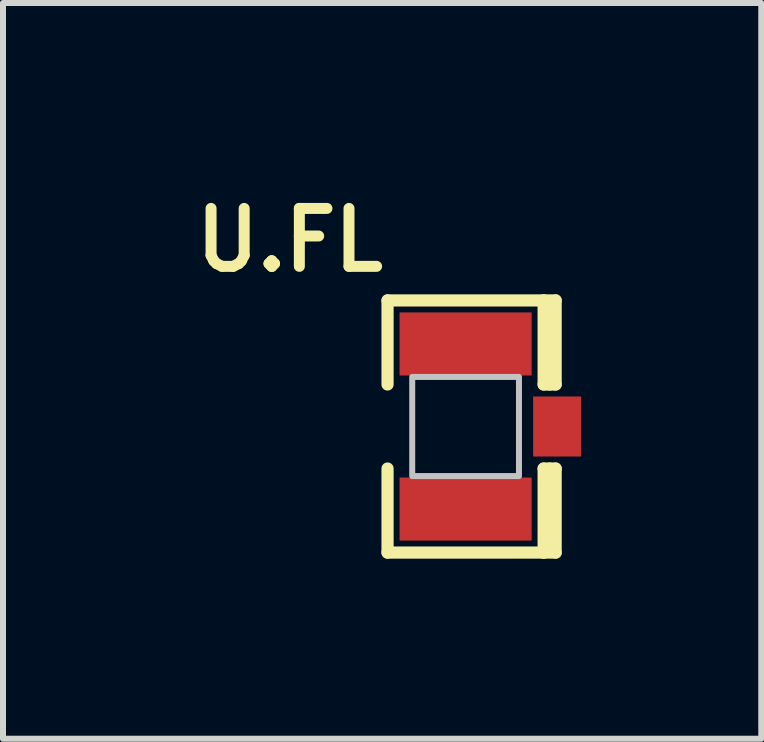
<source format=kicad_pcb>
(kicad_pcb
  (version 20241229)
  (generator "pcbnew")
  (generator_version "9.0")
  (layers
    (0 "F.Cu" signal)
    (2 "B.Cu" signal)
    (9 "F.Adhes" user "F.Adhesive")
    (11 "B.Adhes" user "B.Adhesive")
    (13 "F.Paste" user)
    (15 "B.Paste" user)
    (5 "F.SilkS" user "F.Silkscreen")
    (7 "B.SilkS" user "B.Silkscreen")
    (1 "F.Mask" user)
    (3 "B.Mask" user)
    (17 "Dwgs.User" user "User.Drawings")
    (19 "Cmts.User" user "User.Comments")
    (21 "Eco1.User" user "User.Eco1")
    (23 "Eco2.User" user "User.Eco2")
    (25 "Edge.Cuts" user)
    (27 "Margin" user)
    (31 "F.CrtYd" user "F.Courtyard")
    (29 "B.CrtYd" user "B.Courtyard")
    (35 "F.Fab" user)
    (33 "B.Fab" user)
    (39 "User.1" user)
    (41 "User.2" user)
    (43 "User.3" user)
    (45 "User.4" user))
  (footprint "U.FL"
    (layer "F.Cu")
    (at 4.705 4.054)
    (property "Reference" "U.FL" (at -1.27 -2.54 180) (layer "F.SilkS") (effects (font (size 0.965 0.965) (thickness 0.183)) (justify right bottom)))
    (attr through_hole)
    (fp_line (start -1.3 -0.7) (end -1.3 -2.1) (stroke (width 0.203) (type solid)) (layer "F.SilkS"))
    (fp_line (start -1.3 2.1) (end -1.3 0.7) (stroke (width 0.203) (type solid)) (layer "F.SilkS"))
    (fp_line (start -1.3 2.1) (end 1.3 2.1) (stroke (width 0.203) (type solid)) (layer "F.SilkS"))
    (fp_line (start 1.3 -2.1) (end -1.3 -2.1) (stroke (width 0.203) (type solid)) (layer "F.SilkS"))
    (fp_line (start 1.3 -0.7) (end 1.3 -2.1) (stroke (width 0.203) (type solid)) (layer "F.SilkS"))
    (fp_line (start 1.3 2.1) (end 1.3 0.7) (stroke (width 0.203) (type solid)) (layer "F.SilkS"))
    (fp_line (start 1.4 -0.7) (end 1.4 -2) (stroke (width 0.203) (type solid)) (layer "F.SilkS"))
    (fp_line (start 1.4 2) (end 1.4 0.7) (stroke (width 0.203) (type solid)) (layer "F.SilkS"))
    (fp_line (start 1.5 -2.1) (end 1.3 -2.1) (stroke (width 0.203) (type solid)) (layer "F.SilkS"))
    (fp_line (start 1.5 -0.7) (end 1.3 -0.7) (stroke (width 0.203) (type solid)) (layer "F.SilkS"))
    (fp_line (start 1.5 -0.7) (end 1.5 -2.1) (stroke (width 0.203) (type solid)) (layer "F.SilkS"))
    (fp_line (start 1.5 0.7) (end 1.3 0.7) (stroke (width 0.203) (type solid)) (layer "F.SilkS"))
    (fp_line (start 1.5 2.1) (end 1.3 2.1) (stroke (width 0.203) (type solid)) (layer "F.SilkS"))
    (fp_line (start 1.5 2.1) (end 1.5 0.7) (stroke (width 0.203) (type solid)) (layer "F.SilkS"))
    (fp_poly (pts (xy -0.889 0.826) (xy 0.889 0.826) (xy 0.889 -0.826) (xy -0.889 -0.826)) (stroke (width 0.1) (type solid)) (fill no) (layer "Dwgs.User"))
    (pad "1" smd rect (at 0 -1.375) (size 2.2 1.05) (layers "F.Cu" "F.Mask" "F.Paste"))
    (pad "2" smd rect (at 0 1.375) (size 2.2 1.05) (layers "F.Cu" "F.Mask" "F.Paste"))
    (pad "3" smd rect (at 1.525 0) (size 0.8 1) (layers "F.Cu" "F.Mask" "F.Paste")))
  (gr_rect
    (start -3 -3)
    (end 9.63 9.255)
    (stroke (width 0.1) (type default))
    (fill no)
    (layer "Edge.Cuts")))
</source>
